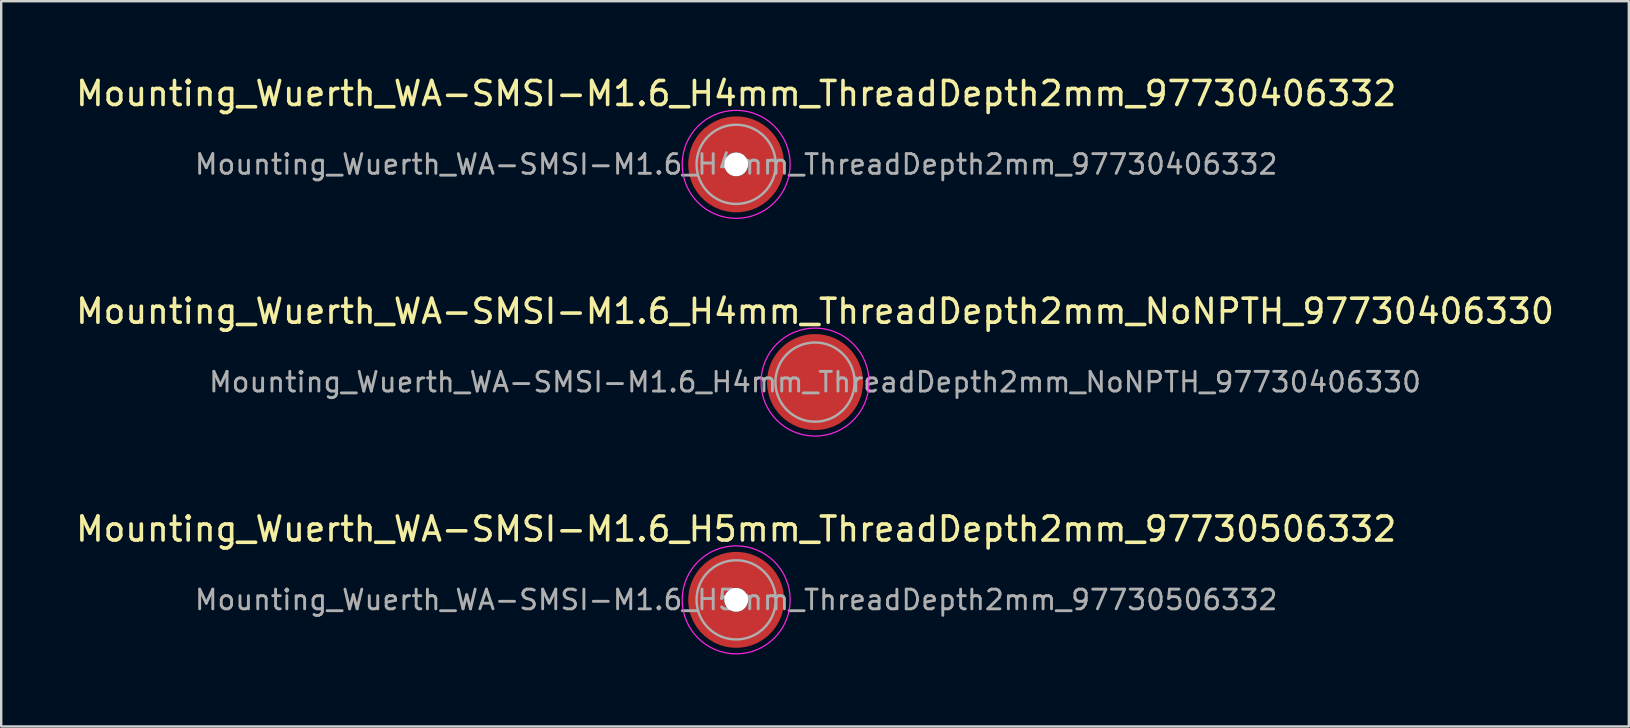
<source format=kicad_pcb>
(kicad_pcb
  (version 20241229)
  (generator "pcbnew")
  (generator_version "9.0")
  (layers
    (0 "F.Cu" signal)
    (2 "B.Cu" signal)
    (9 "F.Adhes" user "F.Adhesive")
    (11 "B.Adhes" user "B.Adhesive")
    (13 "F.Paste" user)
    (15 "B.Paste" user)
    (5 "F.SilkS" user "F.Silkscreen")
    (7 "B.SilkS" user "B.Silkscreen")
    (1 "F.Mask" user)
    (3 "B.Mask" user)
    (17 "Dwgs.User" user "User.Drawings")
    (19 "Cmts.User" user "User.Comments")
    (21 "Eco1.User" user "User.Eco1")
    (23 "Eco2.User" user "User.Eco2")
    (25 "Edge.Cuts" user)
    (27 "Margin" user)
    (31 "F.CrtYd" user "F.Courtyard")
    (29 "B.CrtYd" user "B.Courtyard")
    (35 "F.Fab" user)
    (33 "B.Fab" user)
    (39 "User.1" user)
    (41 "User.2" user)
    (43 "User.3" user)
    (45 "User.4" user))
  (footprint "Mounting_Wuerth_WA-SMSI-M1.6_H5mm_ThreadDepth2mm_97730506332"
    (layer "F.Cu")
    (at 27.625 21.945)
    (property "Reference" "Mounting_Wuerth_WA-SMSI-M1.6_H5mm_ThreadDepth2mm_97730506332" (at 0 -2.95 0) (layer "F.SilkS") (effects (font (size 1 1) (thickness 0.15))))
    (attr smd)
    (fp_circle (center 0 0) (end 2.25 0) (stroke (width 0.05) (type solid)) (fill no) (layer "F.CrtYd"))
    (fp_circle (center 0 0) (end 1.65 0) (stroke (width 0.1) (type solid)) (fill no) (layer "F.Fab"))
    (fp_text user "${REFERENCE}" (at 0 0 0) (layer "F.Fab") (effects (font (size 0.82 0.82) (thickness 0.12))))
    (pad "" smd custom (at 0 -1.25) (size 0.9 0.9) (layers "F.Paste") (options (anchor circle)) (primitives (gr_arc (start -0.259808 0.6) (mid -0.00045 0.55) (end 0.258972 0.599667) (width 0.2)) (gr_arc (start -0.466369 0.6) (mid -0.000127 0.45) (end 0.466163 0.599852) (width 0.2)) (gr_arc (start -0.622495 0.6) (mid -0.000185 0.35) (end 0.622228 0.599745) (width 0.2)) (gr_arc (start -0.759934 0.6) (mid -0.000146 0.25) (end 0.759744 0.599777) (width 0.2)) (gr_arc (start -0.887412 0.6) (mid -0.000546 0.15) (end 0.886766 0.599119) (width 0.2)) (gr_arc (start -1.008712 0.6) (mid -0.000059 0.05) (end 1.008648 0.5999) (width 0.2)) (gr_arc (start -1.125833 0.6) (mid -0.001134 -0.049999) (end 1.124697 0.598036) (width 0.2)) (gr_arc (start -1.23996 0.6) (mid -0.00088 -0.15) (end 1.239142 0.598442) (width 0.2)) (gr_arc (start -1.351851 0.6) (mid -0.000542 -0.25) (end 1.351381 0.599023) (width 0.2)) (gr_arc (start -1.462019 0.6) (mid -0.000852 -0.35) (end 1.461326 0.598443) (width 0.2)) (gr_arc (start -1.570828 0.6) (mid -0.000608 -0.45) (end 1.570363 0.598876) (width 0.2)) (gr_arc (start -1.678541 0.6) (mid -0.000991 -0.55) (end 1.677824 0.598152) (width 0.2)) (gr_line (start 0.26 0.6) (end 1.679 0.6) (width 0.2)) (gr_line (start -0.26 0.6) (end -1.679 0.6) (width 0.2))))
    (pad "" np_thru_hole circle (at 0 0) (size 1 1) (drill 1) (layers "*.Cu" "*.Mask"))
    (pad "" smd custom (at 0 1.25) (size 0.9 0.9) (layers "F.Paste") (options (anchor circle)) (primitives (gr_arc (start 0.259808 -0.6) (mid 0.00045 -0.55) (end -0.258972 -0.599667) (width 0.2)) (gr_arc (start 0.466369 -0.6) (mid 0.000127 -0.45) (end -0.466163 -0.599852) (width 0.2)) (gr_arc (start 0.622495 -0.6) (mid 0.000185 -0.35) (end -0.622228 -0.599745) (width 0.2)) (gr_arc (start 0.759934 -0.6) (mid 0.000146 -0.25) (end -0.759744 -0.599777) (width 0.2)) (gr_arc (start 0.887412 -0.6) (mid 0.000546 -0.15) (end -0.886766 -0.599119) (width 0.2)) (gr_arc (start 1.008712 -0.6) (mid 0.000059 -0.05) (end -1.008648 -0.5999) (width 0.2)) (gr_arc (start 1.125833 -0.6) (mid 0.001134 0.049999) (end -1.124697 -0.598036) (width 0.2)) (gr_arc (start 1.23996 -0.6) (mid 0.00088 0.15) (end -1.239142 -0.598442) (width 0.2)) (gr_arc (start 1.351851 -0.6) (mid 0.000542 0.25) (end -1.351381 -0.599023) (width 0.2)) (gr_arc (start 1.462019 -0.6) (mid 0.000852 0.35) (end -1.461326 -0.598443) (width 0.2)) (gr_arc (start 1.570828 -0.6) (mid 0.000608 0.449999) (end -1.570363 -0.598876) (width 0.2)) (gr_arc (start 1.678541 -0.6) (mid 0.000991 0.55) (end -1.677824 -0.598152) (width 0.2)) (gr_line (start -0.26 -0.6) (end -1.679 -0.6) (width 0.2)) (gr_line (start 0.26 -0.6) (end 1.679 -0.6) (width 0.2))))
    (pad "1" smd circle (at -1.25 0) (size 1.1 1.1) (layers "F.Cu"))
    (pad "1" smd circle (at 0 -1.25) (size 1.1 1.1) (layers "F.Cu"))
    (pad "1" smd circle (at 0 1.25) (size 1.1 1.1) (layers "F.Cu"))
    (pad "1" smd custom (at 1.25 0) (size 1.1 1.1) (layers "F.Cu" "F.Mask") (options (anchor circle)) (primitives (gr_circle (center -1.25 0) (end 0 0) (width 1.5) (fill no)))))
  (footprint "Mounting_Wuerth_WA-SMSI-M1.6_H4mm_ThreadDepth2mm_97730406332"
    (layer "F.Cu")
    (at 27.625 3.798)
    (property "Reference" "Mounting_Wuerth_WA-SMSI-M1.6_H4mm_ThreadDepth2mm_97730406332" (at 0 -2.95 0) (layer "F.SilkS") (effects (font (size 1 1) (thickness 0.15))))
    (attr smd)
    (fp_circle (center 0 0) (end 2.25 0) (stroke (width 0.05) (type solid)) (fill no) (layer "F.CrtYd"))
    (fp_circle (center 0 0) (end 1.65 0) (stroke (width 0.1) (type solid)) (fill no) (layer "F.Fab"))
    (fp_text user "${REFERENCE}" (at 0 0 0) (layer "F.Fab") (effects (font (size 0.82 0.82) (thickness 0.12))))
    (pad "" smd custom (at 0 -1.25) (size 0.9 0.9) (layers "F.Paste") (options (anchor circle)) (primitives (gr_arc (start -0.259808 0.6) (mid -0.00045 0.55) (end 0.258972 0.599667) (width 0.2)) (gr_arc (start -0.466369 0.6) (mid -0.000127 0.45) (end 0.466163 0.599852) (width 0.2)) (gr_arc (start -0.622495 0.6) (mid -0.000185 0.35) (end 0.622228 0.599745) (width 0.2)) (gr_arc (start -0.759934 0.6) (mid -0.000146 0.25) (end 0.759744 0.599777) (width 0.2)) (gr_arc (start -0.887412 0.6) (mid -0.000546 0.15) (end 0.886766 0.599119) (width 0.2)) (gr_arc (start -1.008712 0.6) (mid -0.000059 0.05) (end 1.008648 0.5999) (width 0.2)) (gr_arc (start -1.125833 0.6) (mid -0.001134 -0.049999) (end 1.124697 0.598036) (width 0.2)) (gr_arc (start -1.23996 0.6) (mid -0.00088 -0.15) (end 1.239142 0.598442) (width 0.2)) (gr_arc (start -1.351851 0.6) (mid -0.000542 -0.25) (end 1.351381 0.599023) (width 0.2)) (gr_arc (start -1.462019 0.6) (mid -0.000852 -0.35) (end 1.461326 0.598443) (width 0.2)) (gr_arc (start -1.570828 0.6) (mid -0.000608 -0.45) (end 1.570363 0.598876) (width 0.2)) (gr_arc (start -1.678541 0.6) (mid -0.000991 -0.55) (end 1.677824 0.598152) (width 0.2)) (gr_line (start 0.26 0.6) (end 1.679 0.6) (width 0.2)) (gr_line (start -0.26 0.6) (end -1.679 0.6) (width 0.2))))
    (pad "" np_thru_hole circle (at 0 0) (size 1 1) (drill 1) (layers "*.Cu" "*.Mask"))
    (pad "" smd custom (at 0 1.25) (size 0.9 0.9) (layers "F.Paste") (options (anchor circle)) (primitives (gr_arc (start 0.259808 -0.6) (mid 0.00045 -0.55) (end -0.258972 -0.599667) (width 0.2)) (gr_arc (start 0.466369 -0.6) (mid 0.000127 -0.45) (end -0.466163 -0.599852) (width 0.2)) (gr_arc (start 0.622495 -0.6) (mid 0.000185 -0.35) (end -0.622228 -0.599745) (width 0.2)) (gr_arc (start 0.759934 -0.6) (mid 0.000146 -0.25) (end -0.759744 -0.599777) (width 0.2)) (gr_arc (start 0.887412 -0.6) (mid 0.000546 -0.15) (end -0.886766 -0.599119) (width 0.2)) (gr_arc (start 1.008712 -0.6) (mid 0.000059 -0.05) (end -1.008648 -0.5999) (width 0.2)) (gr_arc (start 1.125833 -0.6) (mid 0.001134 0.049999) (end -1.124697 -0.598036) (width 0.2)) (gr_arc (start 1.23996 -0.6) (mid 0.00088 0.15) (end -1.239142 -0.598442) (width 0.2)) (gr_arc (start 1.351851 -0.6) (mid 0.000542 0.25) (end -1.351381 -0.599023) (width 0.2)) (gr_arc (start 1.462019 -0.6) (mid 0.000852 0.35) (end -1.461326 -0.598443) (width 0.2)) (gr_arc (start 1.570828 -0.6) (mid 0.000608 0.449999) (end -1.570363 -0.598876) (width 0.2)) (gr_arc (start 1.678541 -0.6) (mid 0.000991 0.55) (end -1.677824 -0.598152) (width 0.2)) (gr_line (start -0.26 -0.6) (end -1.679 -0.6) (width 0.2)) (gr_line (start 0.26 -0.6) (end 1.679 -0.6) (width 0.2))))
    (pad "1" smd circle (at -1.25 0) (size 1.1 1.1) (layers "F.Cu"))
    (pad "1" smd circle (at 0 -1.25) (size 1.1 1.1) (layers "F.Cu"))
    (pad "1" smd circle (at 0 1.25) (size 1.1 1.1) (layers "F.Cu"))
    (pad "1" smd custom (at 1.25 0) (size 1.1 1.1) (layers "F.Cu" "F.Mask") (options (anchor circle)) (primitives (gr_circle (center -1.25 0) (end 0 0) (width 1.5) (fill no)))))
  (footprint "Mounting_Wuerth_WA-SMSI-M1.6_H4mm_ThreadDepth2mm_NoNPTH_97730406330"
    (layer "F.Cu")
    (at 30.911 12.871)
    (property "Reference" "Mounting_Wuerth_WA-SMSI-M1.6_H4mm_ThreadDepth2mm_NoNPTH_97730406330" (at 0 -2.95 0) (layer "F.SilkS") (effects (font (size 1 1) (thickness 0.15))))
    (attr smd)
    (fp_circle (center 0 0) (end 2.25 0) (stroke (width 0.05) (type solid)) (fill no) (layer "F.CrtYd"))
    (fp_circle (center 0 0) (end 1.65 0) (stroke (width 0.1) (type solid)) (fill no) (layer "F.Fab"))
    (fp_text user "${REFERENCE}" (at 0 0 0) (layer "F.Fab") (effects (font (size 0.82 0.82) (thickness 0.12))))
    (pad "" smd custom (at -0.778 -0.778) (size 1.2 1.2) (layers "F.Paste") (options (anchor circle)) (primitives (gr_arc (start 0.465568 0.527817) (mid 0.494892 0.495068) (end 0.527634 0.465735) (width 0.2)) (gr_arc (start 0.344805 0.527817) (mid 0.424264 0.424263) (end 0.527818 0.344805) (width 0.2)) (gr_arc (start 0.232382 0.527817) (mid 0.353364 0.353743) (end 0.527329 0.232606) (width 0.2)) (gr_arc (start 0.123983 0.527817) (mid 0.282626 0.28306) (end 0.527243 0.124203) (width 0.2)) (gr_arc (start 0.017883 0.527817) (mid 0.211737 0.212528) (end 0.526755 0.018233) (width 0.2)) (gr_arc (start -0.086763 0.527817) (mid 0.141173 0.14167) (end 0.527142 -0.086568) (width 0.2)) (gr_arc (start -0.190428 0.527817) (mid 0.070433 0.070988) (end 0.527057 -0.190232) (width 0.2)) (gr_arc (start -0.293397 0.527817) (mid -0.000182 0.000182) (end 0.527315 -0.29328) (width 0.2)) (gr_arc (start -0.395852 0.527817) (mid -0.071085 -0.070336) (end 0.526781 -0.395631) (width 0.2)) (gr_arc (start -0.497918 0.527817) (mid -0.141622 -0.141221) (end 0.52726 -0.497809) (width 0.2)) (gr_arc (start -0.59968 0.527817) (mid -0.212364 -0.2119) (end 0.527171 -0.599563) (width 0.2)) (gr_arc (start -0.701202 0.527817) (mid -0.282952 -0.282732) (end 0.527511 -0.701149) (width 0.2)) (gr_arc (start -0.802531 0.527817) (mid -0.353765 -0.353343) (end 0.527227 -0.802438) (width 0.2)) (gr_arc (start -0.9037 0.527817) (mid -0.425176 -0.423352) (end 0.525265 -0.903319) (width 0.2)) (gr_arc (start -1.004737 0.527817) (mid -0.49534 -0.49461) (end 0.526794 -1.004593) (width 0.2)) (gr_line (start 0.528 0.466) (end 0.528 -1.005) (width 0.2)) (gr_line (start 0.466 0.528) (end -1.005 0.528) (width 0.2))))
    (pad "" smd custom (at -0.778 0.778) (size 1.2 1.2) (layers "F.Paste") (options (anchor circle)) (primitives (gr_arc (start 0.527817 -0.465568) (mid 0.495068 -0.494892) (end 0.465735 -0.527634) (width 0.2)) (gr_arc (start 0.527817 -0.344805) (mid 0.424263 -0.424264) (end 0.344805 -0.527818) (width 0.2)) (gr_arc (start 0.527817 -0.232382) (mid 0.353743 -0.353364) (end 0.232606 -0.527329) (width 0.2)) (gr_arc (start 0.527817 -0.123983) (mid 0.28306 -0.282626) (end 0.124203 -0.527243) (width 0.2)) (gr_arc (start 0.527817 -0.017883) (mid 0.212528 -0.211737) (end 0.018233 -0.526755) (width 0.2)) (gr_arc (start 0.527817 0.086763) (mid 0.14167 -0.141173) (end -0.086568 -0.527142) (width 0.2)) (gr_arc (start 0.527817 0.190428) (mid 0.070988 -0.070433) (end -0.190232 -0.527057) (width 0.2)) (gr_arc (start 0.527817 0.293397) (mid 0.000182 0.000182) (end -0.29328 -0.527315) (width 0.2)) (gr_arc (start 0.527817 0.395852) (mid -0.070336 0.071085) (end -0.395631 -0.526781) (width 0.2)) (gr_arc (start 0.527817 0.497918) (mid -0.141221 0.141622) (end -0.497809 -0.52726) (width 0.2)) (gr_arc (start 0.527817 0.59968) (mid -0.2119 0.212364) (end -0.599563 -0.527171) (width 0.2)) (gr_arc (start 0.527817 0.701202) (mid -0.282732 0.282952) (end -0.701149 -0.527511) (width 0.2)) (gr_arc (start 0.527817 0.802531) (mid -0.353343 0.353765) (end -0.802438 -0.527227) (width 0.2)) (gr_arc (start 0.527817 0.9037) (mid -0.423352 0.425176) (end -0.903319 -0.525265) (width 0.2)) (gr_arc (start 0.527817 1.004737) (mid -0.49461 0.49534) (end -1.004593 -0.526794) (width 0.2)) (gr_line (start 0.466 -0.528) (end -1.005 -0.528) (width 0.2)) (gr_line (start 0.528 -0.466) (end 0.528 1.005) (width 0.2))))
    (pad "" smd custom (at 0.778 -0.778) (size 1.2 1.2) (layers "F.Paste") (options (anchor circle)) (primitives (gr_arc (start -0.527817 0.465568) (mid -0.495062 0.494887) (end -0.465723 0.527624) (width 0.2)) (gr_arc (start -0.527817 0.344805) (mid -0.424264 0.424264) (end -0.344805 0.527818) (width 0.2)) (gr_arc (start -0.527817 0.232382) (mid -0.353743 0.353364) (end -0.232606 0.527329) (width 0.2)) (gr_arc (start -0.527817 0.123983) (mid -0.28306 0.282626) (end -0.124203 0.527243) (width 0.2)) (gr_arc (start -0.527817 0.017883) (mid -0.212527 0.211737) (end -0.018233 0.526755) (width 0.2)) (gr_arc (start -0.527817 -0.086763) (mid -0.14167 0.141173) (end 0.086568 0.527142) (width 0.2)) (gr_arc (start -0.527817 -0.190428) (mid -0.070988 0.070433) (end 0.190232 0.527057) (width 0.2)) (gr_arc (start -0.527817 -0.293397) (mid -0.000182 -0.000182) (end 0.29328 0.527315) (width 0.2)) (gr_arc (start -0.527817 -0.395852) (mid 0.070336 -0.071085) (end 0.395631 0.526781) (width 0.2)) (gr_arc (start -0.527817 -0.497918) (mid 0.141221 -0.141622) (end 0.497809 0.52726) (width 0.2)) (gr_arc (start -0.527817 -0.59968) (mid 0.2119 -0.212364) (end 0.599563 0.527171) (width 0.2)) (gr_arc (start -0.527817 -0.701202) (mid 0.282732 -0.282952) (end 0.701149 0.527511) (width 0.2)) (gr_arc (start -0.527817 -0.802531) (mid 0.353343 -0.353765) (end 0.802438 0.527227) (width 0.2)) (gr_arc (start -0.527817 -0.9037) (mid 0.423352 -0.425176) (end 0.903319 0.525265) (width 0.2)) (gr_arc (start -0.527817 -1.004737) (mid 0.49461 -0.49534) (end 1.004593 0.526794) (width 0.2)) (gr_line (start -0.466 0.528) (end 1.005 0.528) (width 0.2)) (gr_line (start -0.528 0.466) (end -0.528 -1.005) (width 0.2))))
    (pad "" smd custom (at 0.778 0.778) (size 1.2 1.2) (layers "F.Paste") (options (anchor circle)) (primitives (gr_arc (start -0.465568 -0.527817) (mid -0.494887 -0.495062) (end -0.527624 -0.465723) (width 0.2)) (gr_arc (start -0.344805 -0.527817) (mid -0.424264 -0.424264) (end -0.527818 -0.344805) (width 0.2)) (gr_arc (start -0.232382 -0.527817) (mid -0.353364 -0.353743) (end -0.527329 -0.232606) (width 0.2)) (gr_arc (start -0.123983 -0.527817) (mid -0.282626 -0.28306) (end -0.527243 -0.124203) (width 0.2)) (gr_arc (start -0.017883 -0.527817) (mid -0.211737 -0.212527) (end -0.526755 -0.018233) (width 0.2)) (gr_arc (start 0.086763 -0.527817) (mid -0.141173 -0.14167) (end -0.527142 0.086568) (width 0.2)) (gr_arc (start 0.190428 -0.527817) (mid -0.070433 -0.070988) (end -0.527057 0.190232) (width 0.2)) (gr_arc (start 0.293397 -0.527817) (mid 0.000182 -0.000182) (end -0.527315 0.29328) (width 0.2)) (gr_arc (start 0.395852 -0.527817) (mid 0.071085 0.070336) (end -0.526781 0.395631) (width 0.2)) (gr_arc (start 0.497918 -0.527817) (mid 0.141622 0.141221) (end -0.52726 0.497809) (width 0.2)) (gr_arc (start 0.59968 -0.527817) (mid 0.212364 0.2119) (end -0.527171 0.599563) (width 0.2)) (gr_arc (start 0.701202 -0.527817) (mid 0.282952 0.282732) (end -0.527511 0.701149) (width 0.2)) (gr_arc (start 0.802531 -0.527817) (mid 0.353765 0.353343) (end -0.527227 0.802438) (width 0.2)) (gr_arc (start 0.9037 -0.527817) (mid 0.425176 0.423352) (end -0.525265 0.903319) (width 0.2)) (gr_arc (start 1.004737 -0.527817) (mid 0.49534 0.49461) (end -0.526794 1.004593) (width 0.2)) (gr_line (start -0.528 -0.466) (end -0.528 1.005) (width 0.2)) (gr_line (start -0.466 -0.528) (end 1.005 -0.528) (width 0.2))))
    (pad "1" smd circle (at 0 0) (size 4 4) (layers "F.Cu" "F.Mask")))
  (gr_rect
    (start -3 -3)
    (end 64.821 27.22)
    (stroke (width 0.1) (type default))
    (fill no)
    (layer "Edge.Cuts")))
</source>
